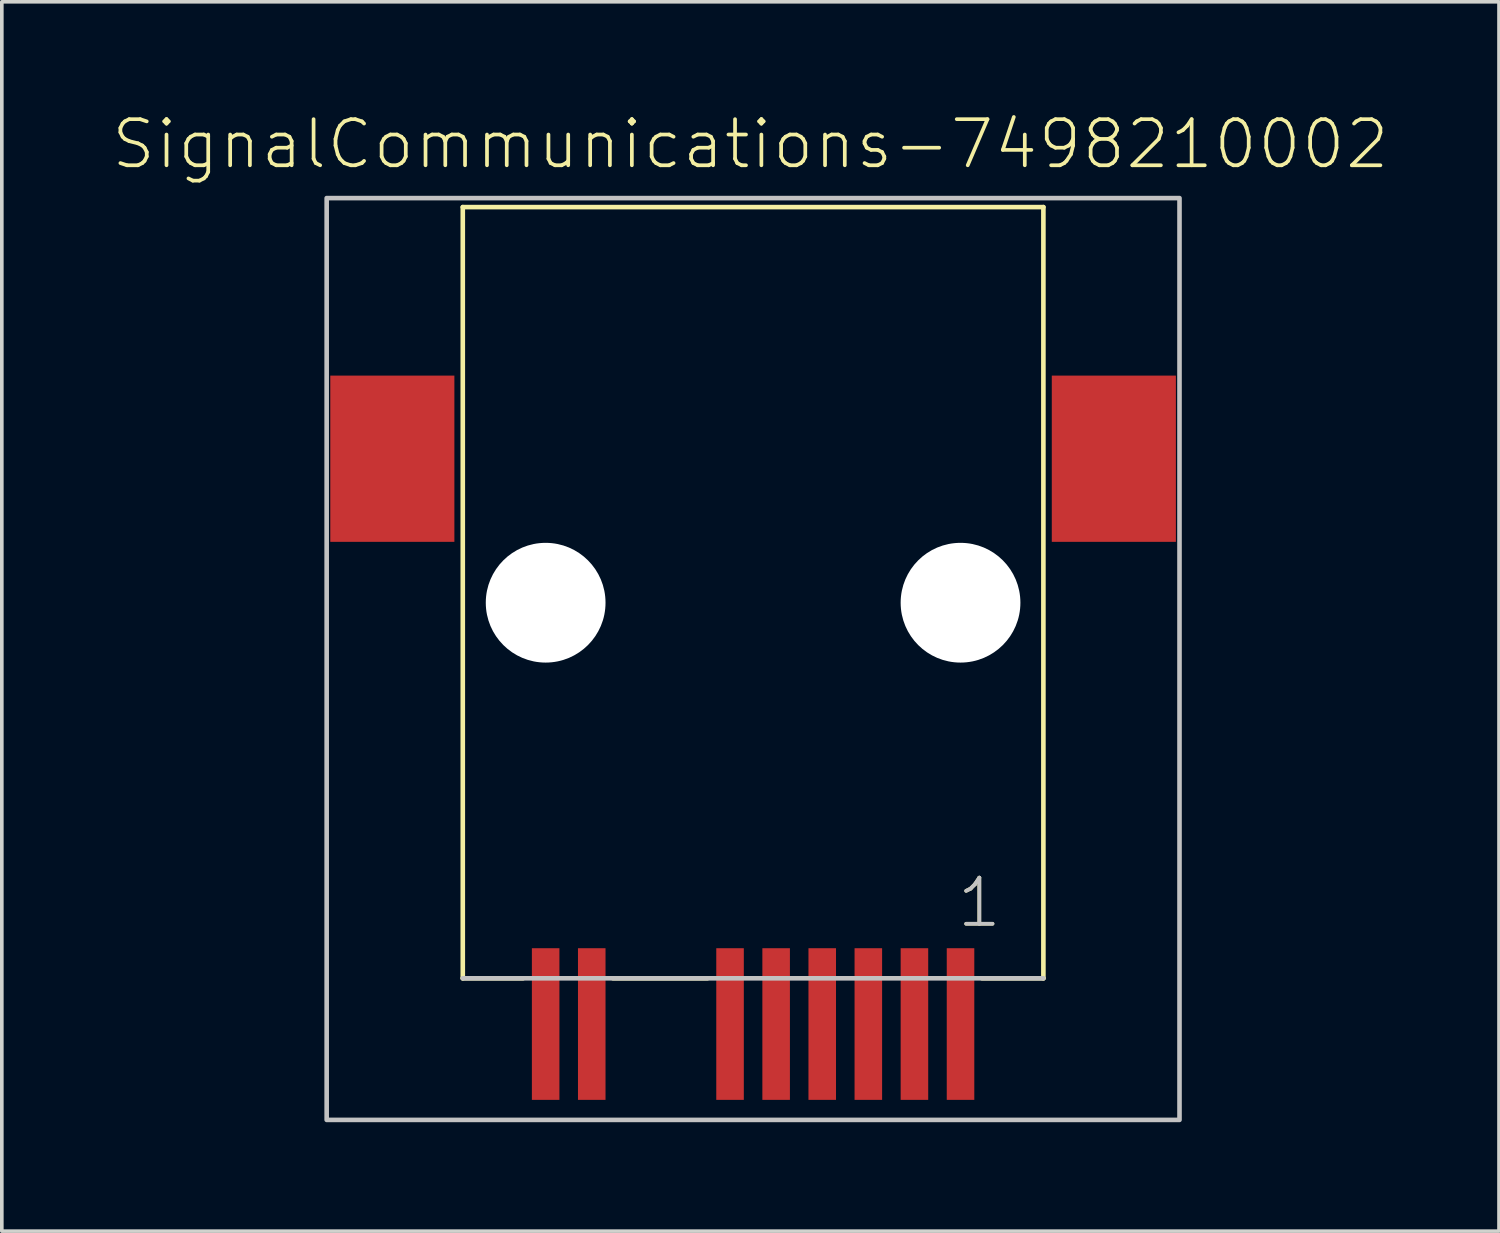
<source format=kicad_pcb>
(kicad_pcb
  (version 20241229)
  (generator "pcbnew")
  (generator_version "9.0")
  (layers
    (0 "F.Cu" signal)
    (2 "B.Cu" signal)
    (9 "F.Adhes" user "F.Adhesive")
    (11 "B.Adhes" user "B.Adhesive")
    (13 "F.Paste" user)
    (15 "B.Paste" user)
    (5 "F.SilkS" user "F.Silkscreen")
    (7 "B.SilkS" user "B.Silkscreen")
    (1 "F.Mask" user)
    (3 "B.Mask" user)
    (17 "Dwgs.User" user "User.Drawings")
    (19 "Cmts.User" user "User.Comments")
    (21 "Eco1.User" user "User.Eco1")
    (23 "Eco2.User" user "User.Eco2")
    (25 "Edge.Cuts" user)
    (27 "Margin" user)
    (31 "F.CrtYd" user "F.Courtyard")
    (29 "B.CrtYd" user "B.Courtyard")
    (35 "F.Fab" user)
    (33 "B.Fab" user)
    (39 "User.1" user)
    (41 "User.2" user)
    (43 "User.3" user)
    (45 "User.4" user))
  (footprint "SignalCommunications-7498210002"
    (layer "F.Cu")
    (at 17.698 13.555)
    (property "Reference" "SignalCommunications-7498210002" (at -0.074 -12.634 0) (layer "F.SilkS") (effects (font (size 1.27 1.27) (thickness 0.102))))
    (attr smd)
    (fp_line (start -7.998 -10.899) (end 7.998 -10.899) (stroke (width 0.127) (type solid)) (layer "F.SilkS"))
    (fp_line (start -7.998 10.348) (end -7.998 -10.899) (stroke (width 0.127) (type solid)) (layer "F.SilkS"))
    (fp_line (start -6.34 10.348) (end -7.998 10.348) (stroke (width 0.127) (type solid)) (layer "F.SilkS"))
    (fp_line (start -3.858 10.348) (end -1.26 10.348) (stroke (width 0.127) (type solid)) (layer "F.SilkS"))
    (fp_line (start 6.309 10.348) (end 7.998 10.348) (stroke (width 0.127) (type solid)) (layer "F.SilkS"))
    (fp_line (start 7.998 -10.899) (end 7.998 10.348) (stroke (width 0.127) (type solid)) (layer "F.SilkS"))
    (fp_line (start 7.998 10.348) (end -7.998 10.348) (stroke (width 0.127) (type solid)) (layer "Dwgs.User"))
    (fp_poly (pts (xy -11.748 -11.148) (xy 11.748 -11.148) (xy 11.748 14.249) (xy -11.748 14.249) (xy -11.748 -11.148)) (stroke (width 0.127) (type solid)) (fill no) (layer "Dwgs.User"))
    (fp_text user "1" (at 6.233 8.263 0) (layer "F.SilkS") (effects (font (size 1.27 1.27) (thickness 0.102))))
    (fp_text user "1" (at 6.233 8.263 0) (layer "Dwgs.User") (effects (font (size 1.27 1.27) (thickness 0.102))))
    (pad "" np_thru_hole circle (at -5.715 0) (size 3.299 3.299) (drill 3.299) (layers "*.Cu" "*.Mask"))
    (pad "" np_thru_hole circle (at 5.715 0) (size 3.299 3.299) (drill 3.299) (layers "*.Cu" "*.Mask"))
    (pad "1" smd rect (at 5.715 11.608 90) (size 4.178 0.759) (layers "F.Cu" "F.Mask" "F.Paste"))
    (pad "2" smd rect (at 4.445 11.608 90) (size 4.178 0.759) (layers "F.Cu" "F.Mask" "F.Paste"))
    (pad "3" smd rect (at 3.175 11.608 90) (size 4.178 0.759) (layers "F.Cu" "F.Mask" "F.Paste"))
    (pad "4" smd rect (at 1.905 11.608 90) (size 4.178 0.759) (layers "F.Cu" "F.Mask" "F.Paste"))
    (pad "5" smd rect (at 0.635 11.608 90) (size 4.178 0.759) (layers "F.Cu" "F.Mask" "F.Paste"))
    (pad "6" smd rect (at -0.635 11.608 90) (size 4.178 0.759) (layers "F.Cu" "F.Mask" "F.Paste"))
    (pad "9" smd rect (at -4.445 11.608 90) (size 4.178 0.759) (layers "F.Cu" "F.Mask" "F.Paste"))
    (pad "10" smd rect (at -5.715 11.608 90) (size 4.178 0.759) (layers "F.Cu" "F.Mask" "F.Paste"))
    (pad "SHEL" smd rect (at -9.939 -3.967) (size 3.419 4.58) (layers "F.Cu" "F.Mask" "F.Paste"))
    (pad "SHEL" smd rect (at 9.939 -3.967) (size 3.419 4.58) (layers "F.Cu" "F.Mask" "F.Paste")))
  (gr_rect
    (start -3 -3)
    (end 38.248 30.868)
    (stroke (width 0.1) (type default))
    (fill no)
    (layer "Edge.Cuts")))
</source>
